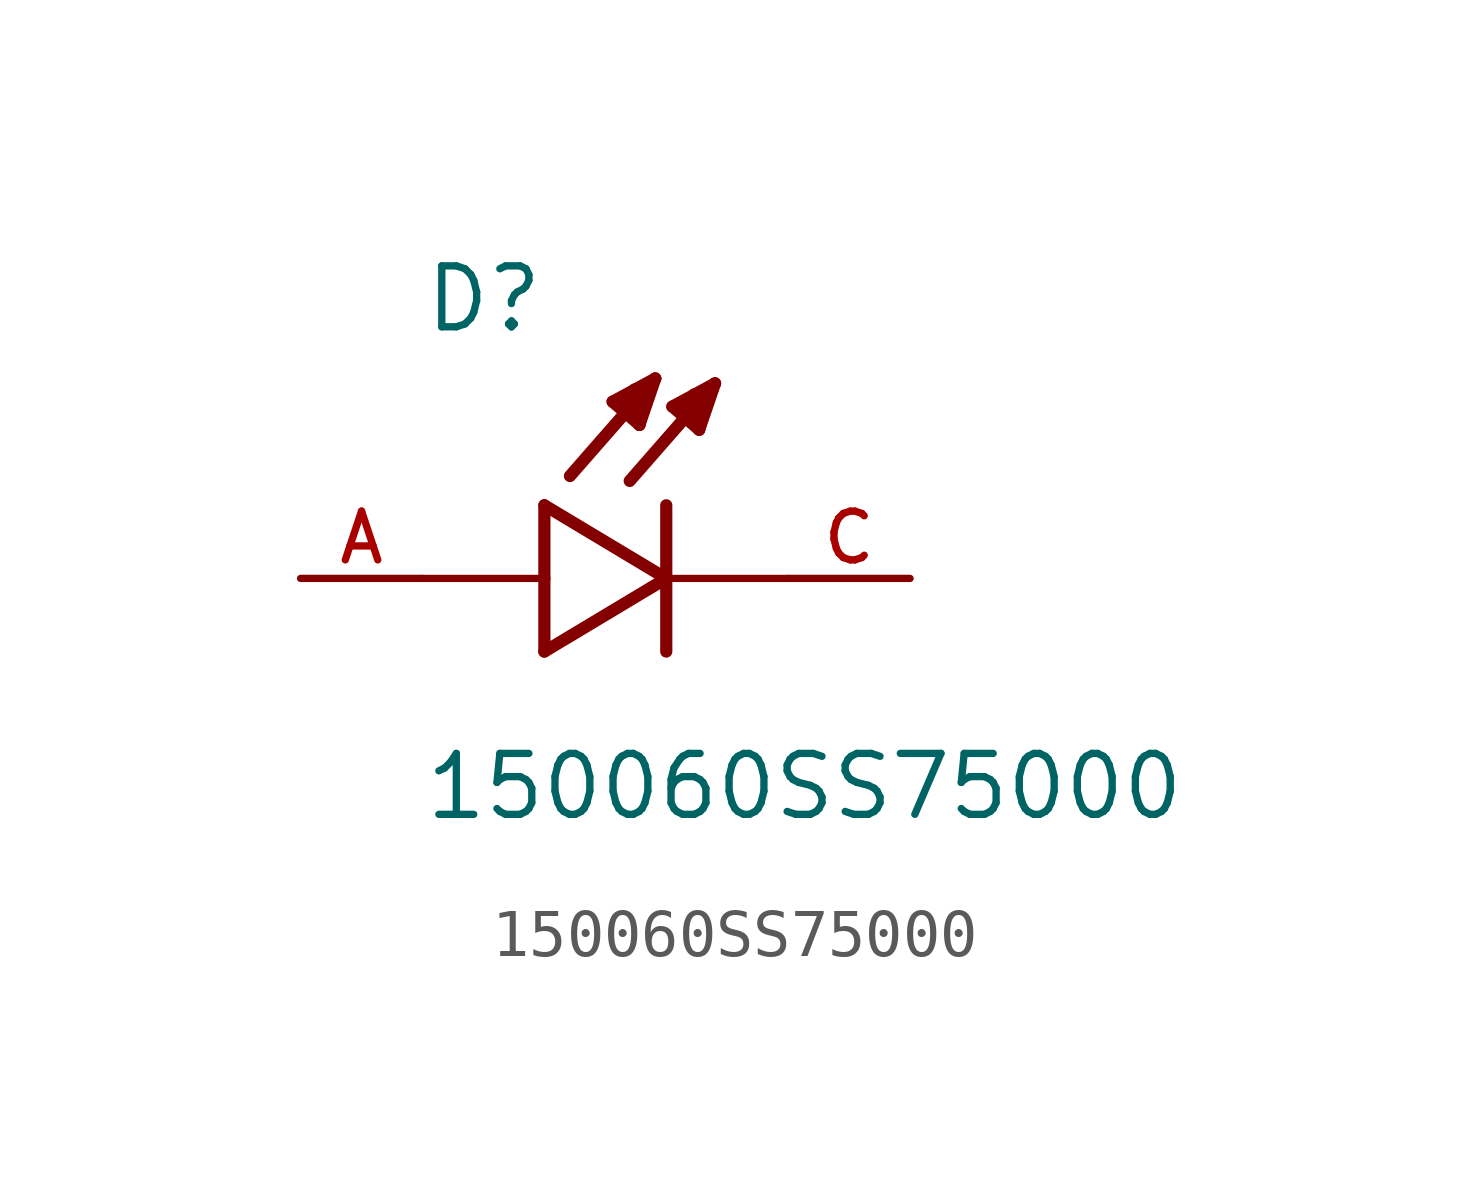
<source format=kicad_sym>
(kicad_symbol_lib
  (version 20211014)
  (generator kicad_symbol_editor)
  (symbol "150060SS75000"
    (pin_names
      (offset 1.016))
    (property "Reference" "D"
      (at -5.08 5.08 0)
      (effects (font (size 1.27 1.27)) (justify bottom left)))
    (property "Value" "150060SS75000"
      (at -5.08 -5.08 0)
      (effects (font (size 1.27 1.27)) (justify bottom left)))
    (symbol "150060SS75000_0_0"
      (polyline (pts (xy -2.54 1.524) (xy -2.54 0.0)) (stroke (width 0.254)))
      (polyline (pts (xy -2.54 0.0) (xy -2.54 -1.524)) (stroke (width 0.254)))
      (polyline (pts (xy -2.54 -1.524) (xy 0.0 0.0)) (stroke (width 0.254)))
      (polyline (pts (xy 0.0 0.0) (xy -2.54 1.524)) (stroke (width 0.254)))
      (polyline (pts (xy 0.0 1.524) (xy 0.0 0.0)) (stroke (width 0.254)))
      (polyline (pts (xy 0.0 0.0) (xy 0.0 -1.524)) (stroke (width 0.254)))
      (polyline (pts (xy -2.54 0.0) (xy -5.08 0.0)) (stroke (width 0.152)))
      (polyline (pts (xy 1.016 4.064) (xy -0.762 2.032)) (stroke (width 0.254)))
      (polyline (pts (xy 0.686 3.099) (xy 0.127 3.581)) (stroke (width 0.254)))
      (polyline (pts (xy 0.127 3.581) (xy 1.016 4.064)) (stroke (width 0.254)))
      (polyline (pts (xy 1.016 4.064) (xy 0.686 3.099)) (stroke (width 0.254)))
      (polyline (pts (xy 0.686 3.099) (xy 0.711 3.835)) (stroke (width 0.254)))
      (polyline (pts (xy 0.711 3.835) (xy 0.584 3.835)) (stroke (width 0.254)))
      (polyline (pts (xy 0.305 3.505) (xy 0.533 3.658)) (stroke (width 0.254)))
      (polyline (pts (xy -0.229 4.166) (xy -2.007 2.134)) (stroke (width 0.254)))
      (polyline (pts (xy -0.559 3.2) (xy -1.118 3.683)) (stroke (width 0.254)))
      (polyline (pts (xy -1.118 3.683) (xy -0.229 4.166)) (stroke (width 0.254)))
      (polyline (pts (xy -0.229 4.166) (xy -0.559 3.2)) (stroke (width 0.254)))
      (polyline (pts (xy -0.559 3.2) (xy -0.533 3.937)) (stroke (width 0.254)))
      (polyline (pts (xy -0.533 3.937) (xy -0.66 3.937)) (stroke (width 0.254)))
      (polyline (pts (xy -0.94 3.607) (xy -0.711 3.759)) (stroke (width 0.254)))
      (polyline (pts (xy 0.0 0.0) (xy 2.54 0.0)) (stroke (width 0.152)))
      (pin passive line (at 5.08 0.0 180.0) (length 2.54) (name "~" (effects (font (size 1.016 1.016)))) (number "C" (effects (font (size 1.016 1.016)))))
      (pin passive line (at -7.62 0.0 0) (length 2.54) (name "~" (effects (font (size 1.016 1.016)))) (number "A" (effects (font (size 1.016 1.016))))))))
</source>
